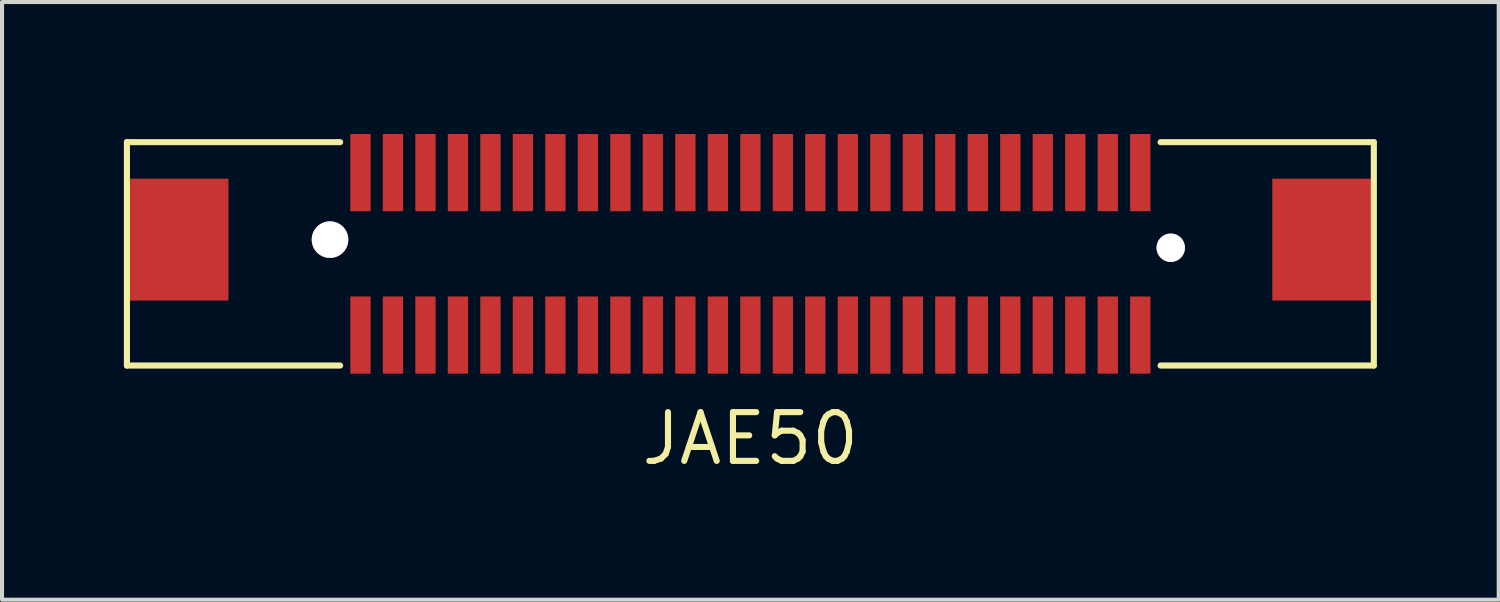
<source format=kicad_pcb>
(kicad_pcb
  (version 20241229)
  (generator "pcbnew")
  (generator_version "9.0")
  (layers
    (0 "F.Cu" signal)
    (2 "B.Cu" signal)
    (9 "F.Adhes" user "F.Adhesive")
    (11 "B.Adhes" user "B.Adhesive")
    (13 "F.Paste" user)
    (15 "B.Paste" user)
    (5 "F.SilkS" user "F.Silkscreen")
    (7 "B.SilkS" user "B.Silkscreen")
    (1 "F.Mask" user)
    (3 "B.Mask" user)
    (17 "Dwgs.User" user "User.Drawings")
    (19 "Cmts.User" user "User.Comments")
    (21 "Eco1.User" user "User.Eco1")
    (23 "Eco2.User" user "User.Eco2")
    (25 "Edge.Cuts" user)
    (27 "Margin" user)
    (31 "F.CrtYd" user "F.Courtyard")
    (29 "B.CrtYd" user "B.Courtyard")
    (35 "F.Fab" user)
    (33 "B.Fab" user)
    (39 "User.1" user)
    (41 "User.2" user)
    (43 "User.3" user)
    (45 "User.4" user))
  (footprint "JAE50"
    (layer "F.Cu")
    (at 25.775 0.25)
    (property "Reference" "JAE50" (at -10.35 7.5 0) (layer "F.SilkS") (effects (font (size 1.2 1.2) (thickness 0.15))))
    (attr through_hole)
    (fp_line (start -25.7 0.2) (end -25.7 5.7) (stroke (width 0.15) (type solid)) (layer "F.SilkS"))
    (fp_line (start -25.7 5.7) (end -20.45 5.7) (stroke (width 0.15) (type solid)) (layer "F.SilkS"))
    (fp_line (start -20.45 0.2) (end -25.7 0.2) (stroke (width 0.15) (type solid)) (layer "F.SilkS"))
    (fp_line (start -0.25 5.7) (end 5 5.7) (stroke (width 0.15) (type solid)) (layer "F.SilkS"))
    (fp_line (start 5 0.2) (end -0.25 0.2) (stroke (width 0.15) (type solid)) (layer "F.SilkS"))
    (fp_line (start 5 0.2) (end 5 5.7) (stroke (width 0.15) (type solid)) (layer "F.SilkS"))
    (pad "" smd rect (at -24.45 2.6) (size 2.5 3) (layers "F.Cu" "F.Mask" "F.Paste"))
    (pad "" thru_hole circle (at -20.7 2.6) (size 0.9 0.9) (drill 0.9) (layers "*.Cu" "*.Mask"))
    (pad "" thru_hole circle (at 0 2.8) (size 0.7 0.7) (drill 0.7) (layers "*.Cu" "*.Mask"))
    (pad "" smd rect (at 3.75 2.6) (size 2.5 3) (layers "F.Cu" "F.Mask" "F.Paste"))
    (pad "1" smd rect (at -19.95 4.95) (size 0.5 1.9) (layers "F.Cu" "F.Mask" "F.Paste"))
    (pad "2" smd rect (at -19.95 0.95) (size 0.5 1.9) (layers "F.Cu" "F.Mask" "F.Paste"))
    (pad "3" smd rect (at -19.15 4.95) (size 0.5 1.9) (layers "F.Cu" "F.Mask" "F.Paste"))
    (pad "4" smd rect (at -19.15 0.95) (size 0.5 1.9) (layers "F.Cu" "F.Mask" "F.Paste"))
    (pad "5" smd rect (at -18.35 4.95) (size 0.5 1.9) (layers "F.Cu" "F.Mask" "F.Paste"))
    (pad "6" smd rect (at -18.35 0.95) (size 0.5 1.9) (layers "F.Cu" "F.Mask" "F.Paste"))
    (pad "7" smd rect (at -17.55 4.95) (size 0.5 1.9) (layers "F.Cu" "F.Mask" "F.Paste"))
    (pad "8" smd rect (at -17.55 0.95) (size 0.5 1.9) (layers "F.Cu" "F.Mask" "F.Paste"))
    (pad "9" smd rect (at -16.75 4.95) (size 0.5 1.9) (layers "F.Cu" "F.Mask" "F.Paste"))
    (pad "10" smd rect (at -16.75 0.95) (size 0.5 1.9) (layers "F.Cu" "F.Mask" "F.Paste"))
    (pad "11" smd rect (at -15.95 4.95) (size 0.5 1.9) (layers "F.Cu" "F.Mask" "F.Paste"))
    (pad "12" smd rect (at -15.95 0.95) (size 0.5 1.9) (layers "F.Cu" "F.Mask" "F.Paste"))
    (pad "13" smd rect (at -15.15 4.95) (size 0.5 1.9) (layers "F.Cu" "F.Mask" "F.Paste"))
    (pad "14" smd rect (at -15.15 0.95) (size 0.5 1.9) (layers "F.Cu" "F.Mask" "F.Paste"))
    (pad "15" smd rect (at -14.35 4.95) (size 0.5 1.9) (layers "F.Cu" "F.Mask" "F.Paste"))
    (pad "16" smd rect (at -14.35 0.95) (size 0.5 1.9) (layers "F.Cu" "F.Mask" "F.Paste"))
    (pad "17" smd rect (at -13.55 4.95) (size 0.5 1.9) (layers "F.Cu" "F.Mask" "F.Paste"))
    (pad "18" smd rect (at -13.55 0.95) (size 0.5 1.9) (layers "F.Cu" "F.Mask" "F.Paste"))
    (pad "19" smd rect (at -12.75 4.95) (size 0.5 1.9) (layers "F.Cu" "F.Mask" "F.Paste"))
    (pad "20" smd rect (at -12.75 0.95) (size 0.5 1.9) (layers "F.Cu" "F.Mask" "F.Paste"))
    (pad "21" smd rect (at -11.95 4.95) (size 0.5 1.9) (layers "F.Cu" "F.Mask" "F.Paste"))
    (pad "22" smd rect (at -11.95 0.95) (size 0.5 1.9) (layers "F.Cu" "F.Mask" "F.Paste"))
    (pad "23" smd rect (at -11.15 4.95) (size 0.5 1.9) (layers "F.Cu" "F.Mask" "F.Paste"))
    (pad "24" smd rect (at -11.15 0.95) (size 0.5 1.9) (layers "F.Cu" "F.Mask" "F.Paste"))
    (pad "25" smd rect (at -10.35 4.95) (size 0.5 1.9) (layers "F.Cu" "F.Mask" "F.Paste"))
    (pad "26" smd rect (at -10.35 0.95) (size 0.5 1.9) (layers "F.Cu" "F.Mask" "F.Paste"))
    (pad "27" smd rect (at -9.55 4.95) (size 0.5 1.9) (layers "F.Cu" "F.Mask" "F.Paste"))
    (pad "28" smd rect (at -9.55 0.95) (size 0.5 1.9) (layers "F.Cu" "F.Mask" "F.Paste"))
    (pad "29" smd rect (at -8.75 4.95) (size 0.5 1.9) (layers "F.Cu" "F.Mask" "F.Paste"))
    (pad "30" smd rect (at -8.75 0.95) (size 0.5 1.9) (layers "F.Cu" "F.Mask" "F.Paste"))
    (pad "31" smd rect (at -7.95 4.95) (size 0.5 1.9) (layers "F.Cu" "F.Mask" "F.Paste"))
    (pad "32" smd rect (at -7.95 0.95) (size 0.5 1.9) (layers "F.Cu" "F.Mask" "F.Paste"))
    (pad "33" smd rect (at -7.15 4.95) (size 0.5 1.9) (layers "F.Cu" "F.Mask" "F.Paste"))
    (pad "34" smd rect (at -7.15 0.95) (size 0.5 1.9) (layers "F.Cu" "F.Mask" "F.Paste"))
    (pad "35" smd rect (at -6.35 4.95) (size 0.5 1.9) (layers "F.Cu" "F.Mask" "F.Paste"))
    (pad "36" smd rect (at -6.35 0.95) (size 0.5 1.9) (layers "F.Cu" "F.Mask" "F.Paste"))
    (pad "37" smd rect (at -5.55 4.95) (size 0.5 1.9) (layers "F.Cu" "F.Mask" "F.Paste"))
    (pad "38" smd rect (at -5.55 0.95) (size 0.5 1.9) (layers "F.Cu" "F.Mask" "F.Paste"))
    (pad "39" smd rect (at -4.75 4.95) (size 0.5 1.9) (layers "F.Cu" "F.Mask" "F.Paste"))
    (pad "40" smd rect (at -4.75 0.95) (size 0.5 1.9) (layers "F.Cu" "F.Mask" "F.Paste"))
    (pad "41" smd rect (at -3.95 4.95) (size 0.5 1.9) (layers "F.Cu" "F.Mask" "F.Paste"))
    (pad "42" smd rect (at -3.95 0.95) (size 0.5 1.9) (layers "F.Cu" "F.Mask" "F.Paste"))
    (pad "43" smd rect (at -3.15 4.95) (size 0.5 1.9) (layers "F.Cu" "F.Mask" "F.Paste"))
    (pad "44" smd rect (at -3.15 0.95) (size 0.5 1.9) (layers "F.Cu" "F.Mask" "F.Paste"))
    (pad "45" smd rect (at -2.35 4.95) (size 0.5 1.9) (layers "F.Cu" "F.Mask" "F.Paste"))
    (pad "46" smd rect (at -2.35 0.95) (size 0.5 1.9) (layers "F.Cu" "F.Mask" "F.Paste"))
    (pad "47" smd rect (at -1.55 4.95) (size 0.5 1.9) (layers "F.Cu" "F.Mask" "F.Paste"))
    (pad "48" smd rect (at -1.55 0.95) (size 0.5 1.9) (layers "F.Cu" "F.Mask" "F.Paste"))
    (pad "49" smd rect (at -0.75 4.95) (size 0.5 1.9) (layers "F.Cu" "F.Mask" "F.Paste"))
    (pad "50" smd rect (at -0.75 0.95) (size 0.5 1.9) (layers "F.Cu" "F.Mask" "F.Paste")))
  (gr_rect
    (start -3 -3)
    (end 33.85 11.715)
    (stroke (width 0.1) (type default))
    (fill no)
    (layer "Edge.Cuts")))
</source>
